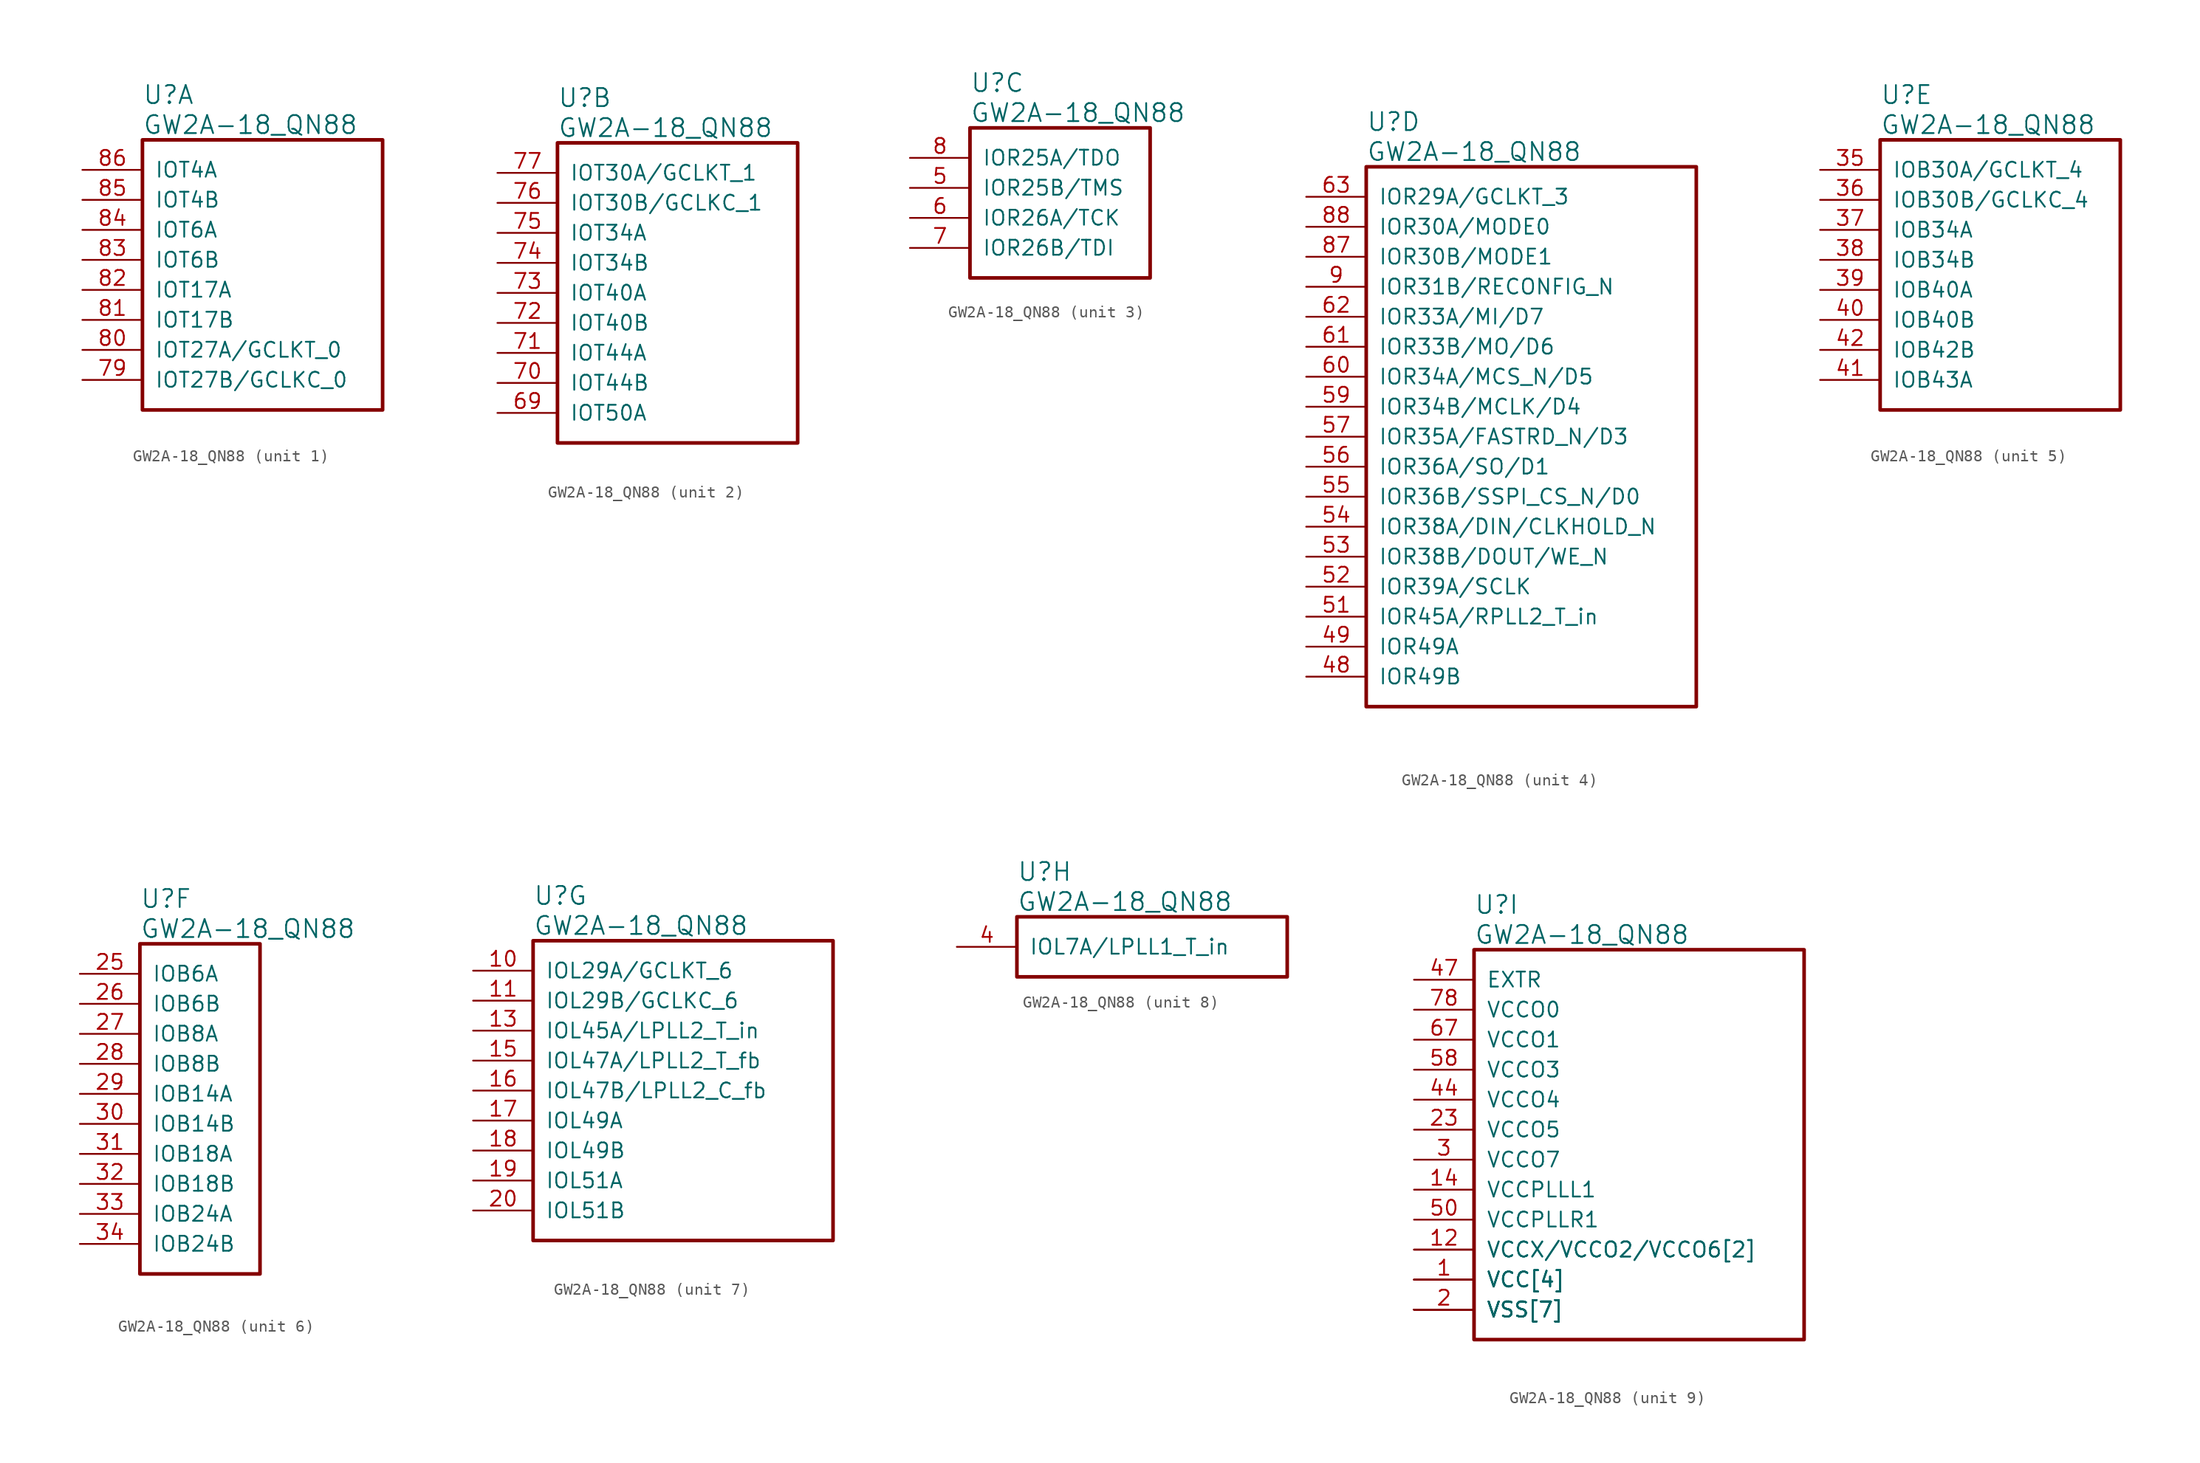
<source format=kicad_sym>
(kicad_symbol_lib
  (version 20241209)
  (generator "kicad_symbol_editor")
  (generator_version "9.0")
  (symbol "GW2A-18_QN88"
    (pin_names
      (offset 1.016))
    (property "Reference" "U"
      (at 5.08 6.35 0)
      (effects (font (size 1.524 1.524)) (justify left)))
    (property "Value" "GW2A-18_QN88"
      (at 5.08 3.81 0)
      (effects (font (size 1.524 1.524)) (justify left)))
    (property "ki_locked" ""
      (at 0 0 0)
      (effects (font (size 1.27 1.27))))
    (symbol "GW2A-18_QN88_1_1"
      (rectangle (start 5.08 2.54) (end 25.4 -20.32) (stroke (width 0.305) (type solid)) (fill (type none)))
      (pin bidirectional line (at 0 0 0) (length 5.08) (name "IOT4A" (effects (font (size 1.27 1.27)))) (number "86" (effects (font (size 1.27 1.27)))))
      (pin bidirectional line (at 0 -2.54 0) (length 5.08) (name "IOT4B" (effects (font (size 1.27 1.27)))) (number "85" (effects (font (size 1.27 1.27)))))
      (pin bidirectional line (at 0 -5.08 0) (length 5.08) (name "IOT6A" (effects (font (size 1.27 1.27)))) (number "84" (effects (font (size 1.27 1.27)))))
      (pin bidirectional line (at 0 -7.62 0) (length 5.08) (name "IOT6B" (effects (font (size 1.27 1.27)))) (number "83" (effects (font (size 1.27 1.27)))))
      (pin bidirectional line (at 0 -10.16 0) (length 5.08) (name "IOT17A" (effects (font (size 1.27 1.27)))) (number "82" (effects (font (size 1.27 1.27)))))
      (pin bidirectional line (at 0 -12.7 0) (length 5.08) (name "IOT17B" (effects (font (size 1.27 1.27)))) (number "81" (effects (font (size 1.27 1.27)))))
      (pin bidirectional line (at 0 -15.24 0) (length 5.08) (name "IOT27A/GCLKT_0" (effects (font (size 1.27 1.27)))) (number "80" (effects (font (size 1.27 1.27)))))
      (pin bidirectional line (at 0 -17.78 0) (length 5.08) (name "IOT27B/GCLKC_0" (effects (font (size 1.27 1.27)))) (number "79" (effects (font (size 1.27 1.27))))))
    (symbol "GW2A-18_QN88_2_1"
      (rectangle (start 5.08 2.54) (end 25.4 -22.86) (stroke (width 0.305) (type solid)) (fill (type none)))
      (pin bidirectional line (at 0 0 0) (length 5.08) (name "IOT30A/GCLKT_1" (effects (font (size 1.27 1.27)))) (number "77" (effects (font (size 1.27 1.27)))))
      (pin bidirectional line (at 0 -2.54 0) (length 5.08) (name "IOT30B/GCLKC_1" (effects (font (size 1.27 1.27)))) (number "76" (effects (font (size 1.27 1.27)))))
      (pin bidirectional line (at 0 -5.08 0) (length 5.08) (name "IOT34A" (effects (font (size 1.27 1.27)))) (number "75" (effects (font (size 1.27 1.27)))))
      (pin bidirectional line (at 0 -7.62 0) (length 5.08) (name "IOT34B" (effects (font (size 1.27 1.27)))) (number "74" (effects (font (size 1.27 1.27)))))
      (pin bidirectional line (at 0 -10.16 0) (length 5.08) (name "IOT40A" (effects (font (size 1.27 1.27)))) (number "73" (effects (font (size 1.27 1.27)))))
      (pin bidirectional line (at 0 -12.7 0) (length 5.08) (name "IOT40B" (effects (font (size 1.27 1.27)))) (number "72" (effects (font (size 1.27 1.27)))))
      (pin bidirectional line (at 0 -15.24 0) (length 5.08) (name "IOT44A" (effects (font (size 1.27 1.27)))) (number "71" (effects (font (size 1.27 1.27)))))
      (pin bidirectional line (at 0 -17.78 0) (length 5.08) (name "IOT44B" (effects (font (size 1.27 1.27)))) (number "70" (effects (font (size 1.27 1.27)))))
      (pin bidirectional line (at 0 -20.32 0) (length 5.08) (name "IOT50A" (effects (font (size 1.27 1.27)))) (number "69" (effects (font (size 1.27 1.27))))))
    (symbol "GW2A-18_QN88_3_1"
      (rectangle (start 5.08 2.54) (end 20.32 -10.16) (stroke (width 0.305) (type solid)) (fill (type none)))
      (pin bidirectional line (at 0 0 0) (length 5.08) (name "IOR25A/TDO" (effects (font (size 1.27 1.27)))) (number "8" (effects (font (size 1.27 1.27)))))
      (pin bidirectional line (at 0 -2.54 0) (length 5.08) (name "IOR25B/TMS" (effects (font (size 1.27 1.27)))) (number "5" (effects (font (size 1.27 1.27)))))
      (pin bidirectional line (at 0 -5.08 0) (length 5.08) (name "IOR26A/TCK" (effects (font (size 1.27 1.27)))) (number "6" (effects (font (size 1.27 1.27)))))
      (pin bidirectional line (at 0 -7.62 0) (length 5.08) (name "IOR26B/TDI" (effects (font (size 1.27 1.27)))) (number "7" (effects (font (size 1.27 1.27))))))
    (symbol "GW2A-18_QN88_4_1"
      (rectangle (start 5.08 2.54) (end 33.02 -43.18) (stroke (width 0.305) (type solid)) (fill (type none)))
      (pin bidirectional line (at 0 0 0) (length 5.08) (name "IOR29A/GCLKT_3" (effects (font (size 1.27 1.27)))) (number "63" (effects (font (size 1.27 1.27)))))
      (pin bidirectional line (at 0 -2.54 0) (length 5.08) (name "IOR30A/MODE0" (effects (font (size 1.27 1.27)))) (number "88" (effects (font (size 1.27 1.27)))))
      (pin bidirectional line (at 0 -5.08 0) (length 5.08) (name "IOR30B/MODE1" (effects (font (size 1.27 1.27)))) (number "87" (effects (font (size 1.27 1.27)))))
      (pin bidirectional line (at 0 -7.62 0) (length 5.08) (name "IOR31B/RECONFIG_N" (effects (font (size 1.27 1.27)))) (number "9" (effects (font (size 1.27 1.27)))))
      (pin bidirectional line (at 0 -10.16 0) (length 5.08) (name "IOR33A/MI/D7" (effects (font (size 1.27 1.27)))) (number "62" (effects (font (size 1.27 1.27)))))
      (pin bidirectional line (at 0 -12.7 0) (length 5.08) (name "IOR33B/MO/D6" (effects (font (size 1.27 1.27)))) (number "61" (effects (font (size 1.27 1.27)))))
      (pin bidirectional line (at 0 -15.24 0) (length 5.08) (name "IOR34A/MCS_N/D5" (effects (font (size 1.27 1.27)))) (number "60" (effects (font (size 1.27 1.27)))))
      (pin bidirectional line (at 0 -17.78 0) (length 5.08) (name "IOR34B/MCLK/D4" (effects (font (size 1.27 1.27)))) (number "59" (effects (font (size 1.27 1.27)))))
      (pin bidirectional line (at 0 -20.32 0) (length 5.08) (name "IOR35A/FASTRD_N/D3" (effects (font (size 1.27 1.27)))) (number "57" (effects (font (size 1.27 1.27)))))
      (pin bidirectional line (at 0 -22.86 0) (length 5.08) (name "IOR36A/SO/D1" (effects (font (size 1.27 1.27)))) (number "56" (effects (font (size 1.27 1.27)))))
      (pin bidirectional line (at 0 -25.4 0) (length 5.08) (name "IOR36B/SSPI_CS_N/D0" (effects (font (size 1.27 1.27)))) (number "55" (effects (font (size 1.27 1.27)))))
      (pin bidirectional line (at 0 -27.94 0) (length 5.08) (name "IOR38A/DIN/CLKHOLD_N" (effects (font (size 1.27 1.27)))) (number "54" (effects (font (size 1.27 1.27)))))
      (pin bidirectional line (at 0 -30.48 0) (length 5.08) (name "IOR38B/DOUT/WE_N" (effects (font (size 1.27 1.27)))) (number "53" (effects (font (size 1.27 1.27)))))
      (pin bidirectional line (at 0 -33.02 0) (length 5.08) (name "IOR39A/SCLK" (effects (font (size 1.27 1.27)))) (number "52" (effects (font (size 1.27 1.27)))))
      (pin bidirectional line (at 0 -35.56 0) (length 5.08) (name "IOR45A/RPLL2_T_in" (effects (font (size 1.27 1.27)))) (number "51" (effects (font (size 1.27 1.27)))))
      (pin bidirectional line (at 0 -38.1 0) (length 5.08) (name "IOR49A" (effects (font (size 1.27 1.27)))) (number "49" (effects (font (size 1.27 1.27)))))
      (pin bidirectional line (at 0 -40.64 0) (length 5.08) (name "IOR49B" (effects (font (size 1.27 1.27)))) (number "48" (effects (font (size 1.27 1.27))))))
    (symbol "GW2A-18_QN88_5_1"
      (rectangle (start 5.08 2.54) (end 25.4 -20.32) (stroke (width 0.305) (type solid)) (fill (type none)))
      (pin bidirectional line (at 0 0 0) (length 5.08) (name "IOB30A/GCLKT_4" (effects (font (size 1.27 1.27)))) (number "35" (effects (font (size 1.27 1.27)))))
      (pin bidirectional line (at 0 -2.54 0) (length 5.08) (name "IOB30B/GCLKC_4" (effects (font (size 1.27 1.27)))) (number "36" (effects (font (size 1.27 1.27)))))
      (pin bidirectional line (at 0 -5.08 0) (length 5.08) (name "IOB34A" (effects (font (size 1.27 1.27)))) (number "37" (effects (font (size 1.27 1.27)))))
      (pin bidirectional line (at 0 -7.62 0) (length 5.08) (name "IOB34B" (effects (font (size 1.27 1.27)))) (number "38" (effects (font (size 1.27 1.27)))))
      (pin bidirectional line (at 0 -10.16 0) (length 5.08) (name "IOB40A" (effects (font (size 1.27 1.27)))) (number "39" (effects (font (size 1.27 1.27)))))
      (pin bidirectional line (at 0 -12.7 0) (length 5.08) (name "IOB40B" (effects (font (size 1.27 1.27)))) (number "40" (effects (font (size 1.27 1.27)))))
      (pin bidirectional line (at 0 -15.24 0) (length 5.08) (name "IOB42B" (effects (font (size 1.27 1.27)))) (number "42" (effects (font (size 1.27 1.27)))))
      (pin bidirectional line (at 0 -17.78 0) (length 5.08) (name "IOB43A" (effects (font (size 1.27 1.27)))) (number "41" (effects (font (size 1.27 1.27))))))
    (symbol "GW2A-18_QN88_6_1"
      (rectangle (start 5.08 2.54) (end 15.24 -25.4) (stroke (width 0.305) (type solid)) (fill (type none)))
      (pin bidirectional line (at 0 0 0) (length 5.08) (name "IOB6A" (effects (font (size 1.27 1.27)))) (number "25" (effects (font (size 1.27 1.27)))))
      (pin bidirectional line (at 0 -2.54 0) (length 5.08) (name "IOB6B" (effects (font (size 1.27 1.27)))) (number "26" (effects (font (size 1.27 1.27)))))
      (pin bidirectional line (at 0 -5.08 0) (length 5.08) (name "IOB8A" (effects (font (size 1.27 1.27)))) (number "27" (effects (font (size 1.27 1.27)))))
      (pin bidirectional line (at 0 -7.62 0) (length 5.08) (name "IOB8B" (effects (font (size 1.27 1.27)))) (number "28" (effects (font (size 1.27 1.27)))))
      (pin bidirectional line (at 0 -10.16 0) (length 5.08) (name "IOB14A" (effects (font (size 1.27 1.27)))) (number "29" (effects (font (size 1.27 1.27)))))
      (pin bidirectional line (at 0 -12.7 0) (length 5.08) (name "IOB14B" (effects (font (size 1.27 1.27)))) (number "30" (effects (font (size 1.27 1.27)))))
      (pin bidirectional line (at 0 -15.24 0) (length 5.08) (name "IOB18A" (effects (font (size 1.27 1.27)))) (number "31" (effects (font (size 1.27 1.27)))))
      (pin bidirectional line (at 0 -17.78 0) (length 5.08) (name "IOB18B" (effects (font (size 1.27 1.27)))) (number "32" (effects (font (size 1.27 1.27)))))
      (pin bidirectional line (at 0 -20.32 0) (length 5.08) (name "IOB24A" (effects (font (size 1.27 1.27)))) (number "33" (effects (font (size 1.27 1.27)))))
      (pin bidirectional line (at 0 -22.86 0) (length 5.08) (name "IOB24B" (effects (font (size 1.27 1.27)))) (number "34" (effects (font (size 1.27 1.27))))))
    (symbol "GW2A-18_QN88_7_1"
      (rectangle (start 5.08 2.54) (end 30.48 -22.86) (stroke (width 0.305) (type solid)) (fill (type none)))
      (pin bidirectional line (at 0 0 0) (length 5.08) (name "IOL29A/GCLKT_6" (effects (font (size 1.27 1.27)))) (number "10" (effects (font (size 1.27 1.27)))))
      (pin bidirectional line (at 0 -2.54 0) (length 5.08) (name "IOL29B/GCLKC_6" (effects (font (size 1.27 1.27)))) (number "11" (effects (font (size 1.27 1.27)))))
      (pin bidirectional line (at 0 -5.08 0) (length 5.08) (name "IOL45A/LPLL2_T_in" (effects (font (size 1.27 1.27)))) (number "13" (effects (font (size 1.27 1.27)))))
      (pin bidirectional line (at 0 -7.62 0) (length 5.08) (name "IOL47A/LPLL2_T_fb" (effects (font (size 1.27 1.27)))) (number "15" (effects (font (size 1.27 1.27)))))
      (pin bidirectional line (at 0 -10.16 0) (length 5.08) (name "IOL47B/LPLL2_C_fb" (effects (font (size 1.27 1.27)))) (number "16" (effects (font (size 1.27 1.27)))))
      (pin bidirectional line (at 0 -12.7 0) (length 5.08) (name "IOL49A" (effects (font (size 1.27 1.27)))) (number "17" (effects (font (size 1.27 1.27)))))
      (pin bidirectional line (at 0 -15.24 0) (length 5.08) (name "IOL49B" (effects (font (size 1.27 1.27)))) (number "18" (effects (font (size 1.27 1.27)))))
      (pin bidirectional line (at 0 -17.78 0) (length 5.08) (name "IOL51A" (effects (font (size 1.27 1.27)))) (number "19" (effects (font (size 1.27 1.27)))))
      (pin bidirectional line (at 0 -20.32 0) (length 5.08) (name "IOL51B" (effects (font (size 1.27 1.27)))) (number "20" (effects (font (size 1.27 1.27))))))
    (symbol "GW2A-18_QN88_8_1"
      (rectangle (start 5.08 2.54) (end 27.94 -2.54) (stroke (width 0.305) (type solid)) (fill (type none)))
      (pin bidirectional line (at 0 0 0) (length 5.08) (name "IOL7A/LPLL1_T_in" (effects (font (size 1.27 1.27)))) (number "4" (effects (font (size 1.27 1.27))))))
    (symbol "GW2A-18_QN88_9_1"
      (rectangle (start 5.08 2.54) (end 33.02 -30.48) (stroke (width 0.305) (type solid)) (fill (type none)))
      (pin power_in line (at 0 0 0) (length 5.08) (name "EXTR" (effects (font (size 1.27 1.27)))) (number "47" (effects (font (size 1.27 1.27)))))
      (pin power_in line (at 0 -2.54 0) (length 5.08) (name "VCCO0" (effects (font (size 1.27 1.27)))) (number "78" (effects (font (size 1.27 1.27)))))
      (pin power_in line (at 0 -5.08 0) (length 5.08) (name "VCCO1" (effects (font (size 1.27 1.27)))) (number "67" (effects (font (size 1.27 1.27)))))
      (pin power_in line (at 0 -7.62 0) (length 5.08) (name "VCCO3" (effects (font (size 1.27 1.27)))) (number "58" (effects (font (size 1.27 1.27)))))
      (pin power_in line (at 0 -10.16 0) (length 5.08) (name "VCCO4" (effects (font (size 1.27 1.27)))) (number "44" (effects (font (size 1.27 1.27)))))
      (pin power_in line (at 0 -12.7 0) (length 5.08) (name "VCCO5" (effects (font (size 1.27 1.27)))) (number "23" (effects (font (size 1.27 1.27)))))
      (pin power_in line (at 0 -15.24 0) (length 5.08) (name "VCCO7" (effects (font (size 1.27 1.27)))) (number "3" (effects (font (size 1.27 1.27)))))
      (pin power_in line (at 0 -17.78 0) (length 5.08) (name "VCCPLLL1" (effects (font (size 1.27 1.27)))) (number "14" (effects (font (size 1.27 1.27)))))
      (pin power_in line (at 0 -20.32 0) (length 5.08) (name "VCCPLLR1" (effects (font (size 1.27 1.27)))) (number "50" (effects (font (size 1.27 1.27)))))
      (pin power_in line (at 0 -22.86 0) (length 5.08) (name "VCCX/VCCO2/VCCO6[2]" (effects (font (size 1.27 1.27)))) (number "12" (effects (font (size 1.27 1.27)))))
      (pin power_in line (at 0 -22.86 0) (length 5.08) (name "VCCX/VCCO2/VCCO6[2]" (effects (font (size 1.27 1.27)))) (number "64" (effects (font (size 0 0)))))
      (pin power_in line (at 0 -25.4 0) (length 5.08) (name "VCC[4]" (effects (font (size 1.27 1.27)))) (number "1" (effects (font (size 1.27 1.27)))))
      (pin power_in line (at 0 -25.4 0) (length 5.08) (name "VCC[4]" (effects (font (size 1.27 1.27)))) (number "22" (effects (font (size 0 0)))))
      (pin power_in line (at 0 -25.4 0) (length 5.08) (name "VCC[4]" (effects (font (size 1.27 1.27)))) (number "45" (effects (font (size 0 0)))))
      (pin power_in line (at 0 -25.4 0) (length 5.08) (name "VCC[4]" (effects (font (size 1.27 1.27)))) (number "66" (effects (font (size 0 0)))))
      (pin power_in line (at 0 -27.94 0) (length 5.08) (name "VSS[7]" (effects (font (size 1.27 1.27)))) (number "2" (effects (font (size 1.27 1.27)))))
      (pin power_in line (at 0 -27.94 0) (length 5.08) (name "VSS[7]" (effects (font (size 1.27 1.27)))) (number "21" (effects (font (size 0 0)))))
      (pin power_in line (at 0 -27.94 0) (length 5.08) (name "VSS[7]" (effects (font (size 1.27 1.27)))) (number "24" (effects (font (size 0 0)))))
      (pin power_in line (at 0 -27.94 0) (length 5.08) (name "VSS[7]" (effects (font (size 1.27 1.27)))) (number "43" (effects (font (size 0 0)))))
      (pin power_in line (at 0 -27.94 0) (length 5.08) (name "VSS[7]" (effects (font (size 1.27 1.27)))) (number "46" (effects (font (size 0 0)))))
      (pin power_in line (at 0 -27.94 0) (length 5.08) (name "VSS[7]" (effects (font (size 1.27 1.27)))) (number "65" (effects (font (size 0 0)))))
      (pin power_in line (at 0 -27.94 0) (length 5.08) (name "VSS[7]" (effects (font (size 1.27 1.27)))) (number "68" (effects (font (size 0 0))))))))
</source>
